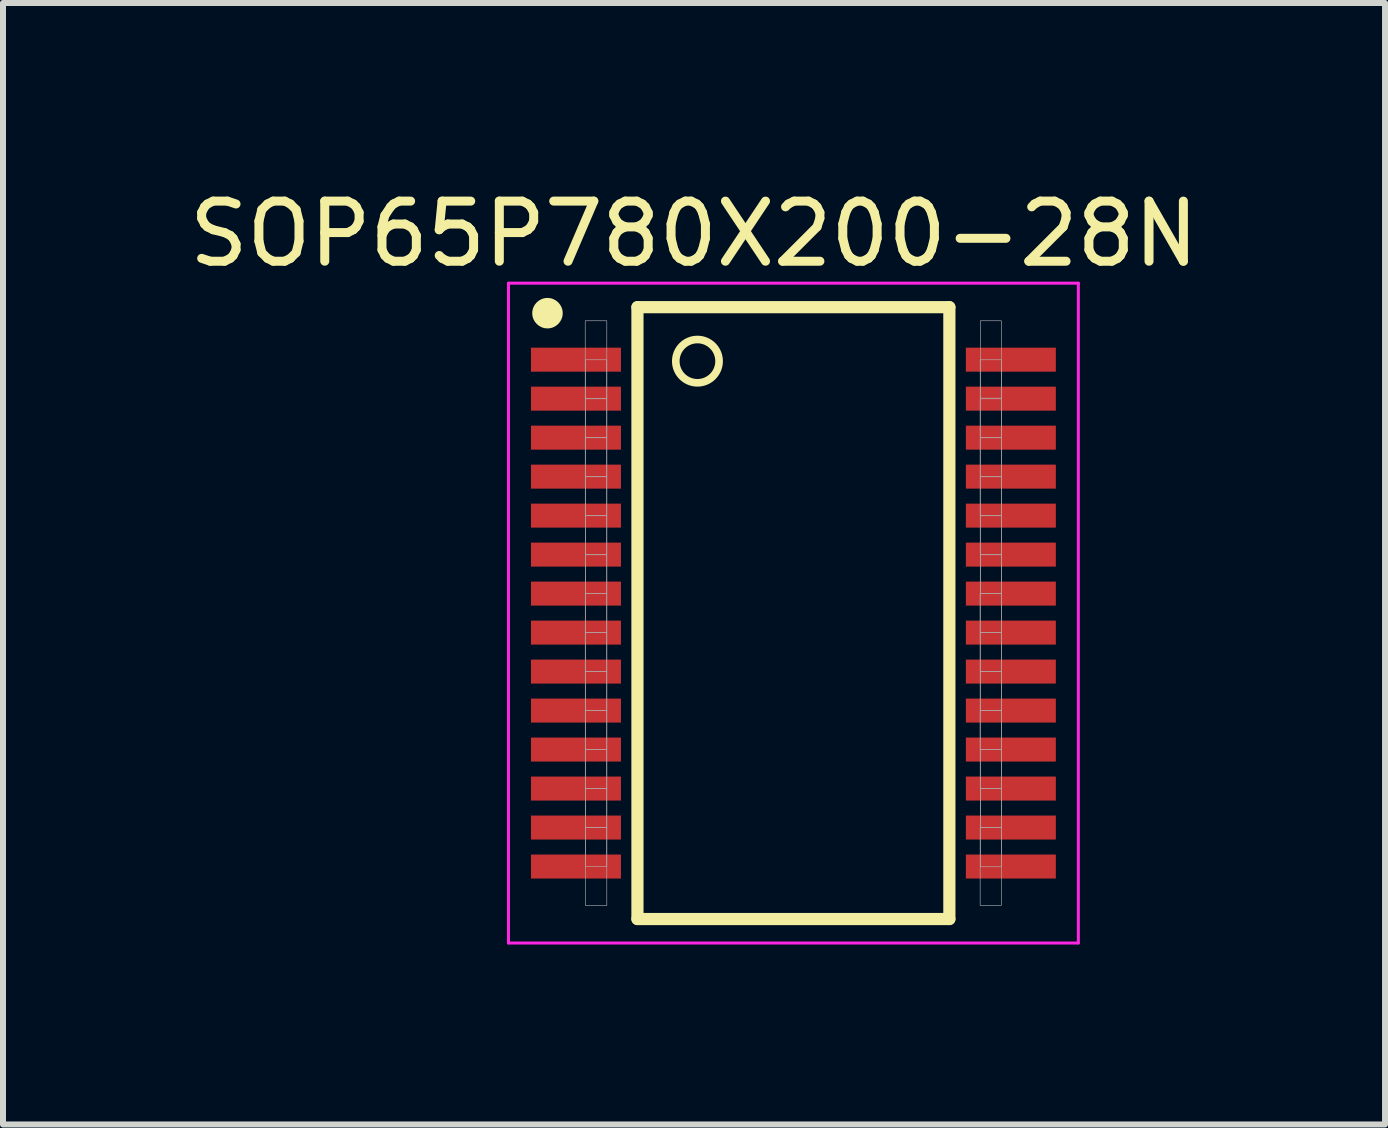
<source format=kicad_pcb>
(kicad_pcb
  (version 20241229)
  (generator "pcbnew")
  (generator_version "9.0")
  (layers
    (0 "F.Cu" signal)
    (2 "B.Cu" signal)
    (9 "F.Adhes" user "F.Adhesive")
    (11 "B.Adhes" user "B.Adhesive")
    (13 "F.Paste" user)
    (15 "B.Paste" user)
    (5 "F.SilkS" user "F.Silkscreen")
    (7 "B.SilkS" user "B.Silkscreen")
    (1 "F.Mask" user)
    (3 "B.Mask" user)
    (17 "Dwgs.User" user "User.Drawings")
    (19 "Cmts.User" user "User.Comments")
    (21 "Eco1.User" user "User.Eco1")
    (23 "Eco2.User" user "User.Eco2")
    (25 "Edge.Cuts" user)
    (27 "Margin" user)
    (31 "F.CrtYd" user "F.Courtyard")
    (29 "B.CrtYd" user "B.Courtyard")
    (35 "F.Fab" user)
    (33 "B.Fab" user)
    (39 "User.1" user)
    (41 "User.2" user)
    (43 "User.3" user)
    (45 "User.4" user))
  (footprint "SOP65P780X200-28N"
    (layer "F.Cu")
    (at 10.177 7.171)
    (property "Reference" "SOP65P780X200-28N" (at -1.658 -6.322 0) (layer "F.SilkS") (effects (font (size 1.002 1.002) (thickness 0.15))))
    (attr through_hole)
    (fp_line (start -2.6 -5.1) (end -2.6 5.1) (stroke (width 0.203) (type solid)) (layer "F.SilkS"))
    (fp_line (start -2.6 5.1) (end 2.6 5.1) (stroke (width 0.203) (type solid)) (layer "F.SilkS"))
    (fp_line (start 2.6 -5.1) (end -2.6 -5.1) (stroke (width 0.203) (type solid)) (layer "F.SilkS"))
    (fp_line (start 2.6 5.1) (end 2.6 -5.1) (stroke (width 0.203) (type solid)) (layer "F.SilkS"))
    (fp_circle (center -4.1 -5) (end -3.846 -5) (stroke (width 0) (type solid)) (fill yes) (layer "F.SilkS"))
    (fp_circle (center -1.6 -4.2) (end -1.239 -4.2) (stroke (width 0.127) (type solid)) (fill no) (layer "F.SilkS"))
    (fp_line (start -4.75 -5.5) (end 4.75 -5.5) (stroke (width 0.05) (type solid)) (layer "F.CrtYd"))
    (fp_line (start -4.75 5.5) (end -4.75 -5.5) (stroke (width 0.05) (type solid)) (layer "F.CrtYd"))
    (fp_line (start 4.75 -5.5) (end 4.75 5.5) (stroke (width 0.05) (type solid)) (layer "F.CrtYd"))
    (fp_line (start 4.75 5.5) (end -4.75 5.5) (stroke (width 0.05) (type solid)) (layer "F.CrtYd"))
    (fp_poly (pts (xy -3.471 -4.873) (xy -3.111 -4.873) (xy -3.111 -3.581) (xy -3.471 -3.581)) (stroke (width 0.01) (type solid)) (fill no) (layer "F.Fab"))
    (fp_poly (pts (xy -3.47 -2.923) (xy -3.111 -2.923) (xy -3.111 -1.629) (xy -3.47 -1.629)) (stroke (width 0.01) (type solid)) (fill no) (layer "F.Fab"))
    (fp_poly (pts (xy -3.47 -0.323) (xy -3.111 -0.323) (xy -3.111 0.974) (xy -3.47 0.974)) (stroke (width 0.01) (type solid)) (fill no) (layer "F.Fab"))
    (fp_poly (pts (xy -3.47 0.327) (xy -3.111 0.327) (xy -3.111 1.624) (xy -3.47 1.624)) (stroke (width 0.01) (type solid)) (fill no) (layer "F.Fab"))
    (fp_poly (pts (xy -3.47 -3.573) (xy -3.111 -3.573) (xy -3.111 -2.279) (xy -3.47 -2.279)) (stroke (width 0.01) (type solid)) (fill no) (layer "F.Fab"))
    (fp_poly (pts (xy -3.47 1.627) (xy -3.111 1.627) (xy -3.111 2.925) (xy -3.47 2.925)) (stroke (width 0.01) (type solid)) (fill no) (layer "F.Fab"))
    (fp_poly (pts (xy -3.469 0.977) (xy -3.111 0.977) (xy -3.111 2.274) (xy -3.469 2.274)) (stroke (width 0.01) (type solid)) (fill no) (layer "F.Fab"))
    (fp_poly (pts (xy -3.469 -1.623) (xy -3.111 -1.623) (xy -3.111 -0.328) (xy -3.469 -0.328)) (stroke (width 0.01) (type solid)) (fill no) (layer "F.Fab"))
    (fp_poly (pts (xy -3.468 3.577) (xy -3.111 3.577) (xy -3.111 4.875) (xy -3.468 4.875)) (stroke (width 0.01) (type solid)) (fill no) (layer "F.Fab"))
    (fp_poly (pts (xy -3.468 2.927) (xy -3.111 2.927) (xy -3.111 4.224) (xy -3.468 4.224)) (stroke (width 0.01) (type solid)) (fill no) (layer "F.Fab"))
    (fp_poly (pts (xy -3.468 -4.223) (xy -3.111 -4.223) (xy -3.111 -2.928) (xy -3.468 -2.928)) (stroke (width 0.01) (type solid)) (fill no) (layer "F.Fab"))
    (fp_poly (pts (xy -3.468 -2.273) (xy -3.111 -2.273) (xy -3.111 -0.978) (xy -3.468 -0.978)) (stroke (width 0.01) (type solid)) (fill no) (layer "F.Fab"))
    (fp_poly (pts (xy -3.468 -0.973) (xy -3.111 -0.973) (xy -3.111 0.323) (xy -3.468 0.323)) (stroke (width 0.01) (type solid)) (fill no) (layer "F.Fab"))
    (fp_poly (pts (xy -3.467 2.277) (xy -3.111 2.277) (xy -3.111 3.573) (xy -3.467 3.573)) (stroke (width 0.01) (type solid)) (fill no) (layer "F.Fab"))
    (fp_poly (pts (xy 3.112 -0.323) (xy 3.467 -0.323) (xy 3.467 0.973) (xy 3.112 0.973)) (stroke (width 0.01) (type solid)) (fill no) (layer "F.Fab"))
    (fp_poly (pts (xy 3.113 3.577) (xy 3.467 3.577) (xy 3.467 4.874) (xy 3.113 4.874)) (stroke (width 0.01) (type solid)) (fill no) (layer "F.Fab"))
    (fp_poly (pts (xy 3.113 0.977) (xy 3.467 0.977) (xy 3.467 2.274) (xy 3.113 2.274)) (stroke (width 0.01) (type solid)) (fill no) (layer "F.Fab"))
    (fp_poly (pts (xy 3.114 -3.573) (xy 3.467 -3.573) (xy 3.467 -2.279) (xy 3.114 -2.279)) (stroke (width 0.01) (type solid)) (fill no) (layer "F.Fab"))
    (fp_poly (pts (xy 3.114 -2.923) (xy 3.467 -2.923) (xy 3.467 -1.629) (xy 3.114 -1.629)) (stroke (width 0.01) (type solid)) (fill no) (layer "F.Fab"))
    (fp_poly (pts (xy 3.114 -2.273) (xy 3.467 -2.273) (xy 3.467 -0.978) (xy 3.114 -0.978)) (stroke (width 0.01) (type solid)) (fill no) (layer "F.Fab"))
    (fp_poly (pts (xy 3.114 -4.223) (xy 3.467 -4.223) (xy 3.467 -2.93) (xy 3.114 -2.93)) (stroke (width 0.01) (type solid)) (fill no) (layer "F.Fab"))
    (fp_poly (pts (xy 3.114 1.627) (xy 3.467 1.627) (xy 3.467 2.926) (xy 3.114 2.926)) (stroke (width 0.01) (type solid)) (fill no) (layer "F.Fab"))
    (fp_poly (pts (xy 3.115 -0.973) (xy 3.467 -0.973) (xy 3.467 0.323) (xy 3.115 0.323)) (stroke (width 0.01) (type solid)) (fill no) (layer "F.Fab"))
    (fp_poly (pts (xy 3.116 2.277) (xy 3.467 2.277) (xy 3.467 3.577) (xy 3.116 3.577)) (stroke (width 0.01) (type solid)) (fill no) (layer "F.Fab"))
    (fp_poly (pts (xy 3.116 2.927) (xy 3.467 2.927) (xy 3.467 4.229) (xy 3.116 4.229)) (stroke (width 0.01) (type solid)) (fill no) (layer "F.Fab"))
    (fp_poly (pts (xy 3.116 -4.873) (xy 3.467 -4.873) (xy 3.467 -3.583) (xy 3.116 -3.583)) (stroke (width 0.01) (type solid)) (fill no) (layer "F.Fab"))
    (fp_poly (pts (xy 3.117 -1.623) (xy 3.467 -1.623) (xy 3.467 -0.328) (xy 3.117 -0.328)) (stroke (width 0.01) (type solid)) (fill no) (layer "F.Fab"))
    (fp_poly (pts (xy 3.117 0.327) (xy 3.467 0.327) (xy 3.467 1.626) (xy 3.117 1.626)) (stroke (width 0.01) (type solid)) (fill no) (layer "F.Fab"))
    (pad "1" smd rect (at -3.625 -4.225 270) (size 0.4 1.5) (layers "F.Cu" "F.Mask" "F.Paste"))
    (pad "2" smd rect (at -3.625 -3.575 270) (size 0.4 1.5) (layers "F.Cu" "F.Mask" "F.Paste"))
    (pad "3" smd rect (at -3.625 -2.925 270) (size 0.4 1.5) (layers "F.Cu" "F.Mask" "F.Paste"))
    (pad "4" smd rect (at -3.625 -2.275 270) (size 0.4 1.5) (layers "F.Cu" "F.Mask" "F.Paste"))
    (pad "5" smd rect (at -3.625 -1.625 270) (size 0.4 1.5) (layers "F.Cu" "F.Mask" "F.Paste"))
    (pad "6" smd rect (at -3.625 -0.975 270) (size 0.4 1.5) (layers "F.Cu" "F.Mask" "F.Paste"))
    (pad "7" smd rect (at -3.625 -0.325 270) (size 0.4 1.5) (layers "F.Cu" "F.Mask" "F.Paste"))
    (pad "8" smd rect (at -3.625 0.325 270) (size 0.4 1.5) (layers "F.Cu" "F.Mask" "F.Paste"))
    (pad "9" smd rect (at -3.625 0.975 270) (size 0.4 1.5) (layers "F.Cu" "F.Mask" "F.Paste"))
    (pad "10" smd rect (at -3.625 1.625 270) (size 0.4 1.5) (layers "F.Cu" "F.Mask" "F.Paste"))
    (pad "11" smd rect (at -3.625 2.275 270) (size 0.4 1.5) (layers "F.Cu" "F.Mask" "F.Paste"))
    (pad "12" smd rect (at -3.625 2.925 270) (size 0.4 1.5) (layers "F.Cu" "F.Mask" "F.Paste"))
    (pad "13" smd rect (at -3.625 3.575 270) (size 0.4 1.5) (layers "F.Cu" "F.Mask" "F.Paste"))
    (pad "14" smd rect (at -3.625 4.225 270) (size 0.4 1.5) (layers "F.Cu" "F.Mask" "F.Paste"))
    (pad "15" smd rect (at 3.625 4.225 270) (size 0.4 1.5) (layers "F.Cu" "F.Mask" "F.Paste"))
    (pad "16" smd rect (at 3.625 3.575 270) (size 0.4 1.5) (layers "F.Cu" "F.Mask" "F.Paste"))
    (pad "17" smd rect (at 3.625 2.925 270) (size 0.4 1.5) (layers "F.Cu" "F.Mask" "F.Paste"))
    (pad "18" smd rect (at 3.625 2.275 270) (size 0.4 1.5) (layers "F.Cu" "F.Mask" "F.Paste"))
    (pad "19" smd rect (at 3.625 1.625 270) (size 0.4 1.5) (layers "F.Cu" "F.Mask" "F.Paste"))
    (pad "20" smd rect (at 3.625 0.975 270) (size 0.4 1.5) (layers "F.Cu" "F.Mask" "F.Paste"))
    (pad "21" smd rect (at 3.625 0.325 270) (size 0.4 1.5) (layers "F.Cu" "F.Mask" "F.Paste"))
    (pad "22" smd rect (at 3.625 -0.325 270) (size 0.4 1.5) (layers "F.Cu" "F.Mask" "F.Paste"))
    (pad "23" smd rect (at 3.625 -0.975 270) (size 0.4 1.5) (layers "F.Cu" "F.Mask" "F.Paste"))
    (pad "24" smd rect (at 3.625 -1.625 270) (size 0.4 1.5) (layers "F.Cu" "F.Mask" "F.Paste"))
    (pad "25" smd rect (at 3.625 -2.275 270) (size 0.4 1.5) (layers "F.Cu" "F.Mask" "F.Paste"))
    (pad "26" smd rect (at 3.625 -2.925 270) (size 0.4 1.5) (layers "F.Cu" "F.Mask" "F.Paste"))
    (pad "27" smd rect (at 3.625 -3.575 270) (size 0.4 1.5) (layers "F.Cu" "F.Mask" "F.Paste"))
    (pad "28" smd rect (at 3.625 -4.225 270) (size 0.4 1.5) (layers "F.Cu" "F.Mask" "F.Paste")))
  (gr_rect
    (start -3 -3)
    (end 20.04 15.696)
    (stroke (width 0.1) (type default))
    (fill no)
    (layer "Edge.Cuts")))
</source>
